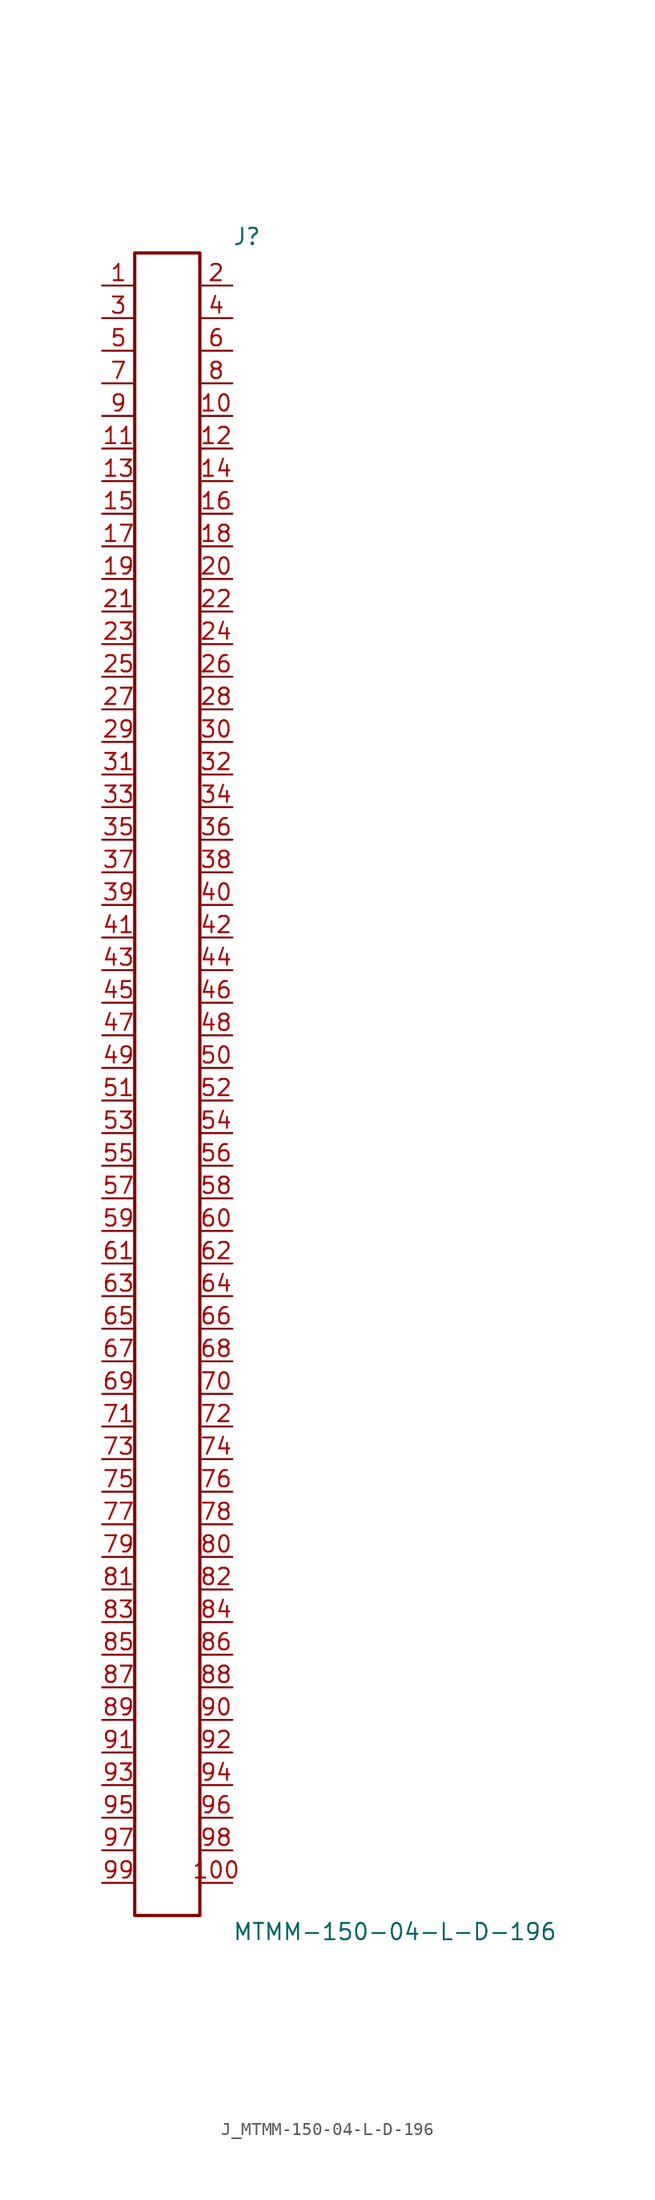
<source format=kicad_sym>
(kicad_symbol_lib
  (version 20231120)
  (generator kicad_symbol_editor)
  (generator_version 8.0)
  (symbol "J_MTMM-150-04-L-D-196"
    (pin_names
      (offset 0.254))
    (property "Reference" "J"
      (at 5.08 66.04 0)
      (effects (font (size 1.27 1.27)) (justify left)))
    (property "Value" "MTMM-150-04-L-D-196"
      (at 5.08 -66.04 0)
      (effects (font (size 1.27 1.27)) (justify left)))
    (symbol "J_MTMM-150-04-L-D-196_0_0"
      (pin passive line (at -5.08 62.23 0) (length 2.54) (name "" (effects (font (size 1.27 1.27)))) (number "1" (effects (font (size 1.27 1.27)))))
      (pin passive line (at 5.08 62.23 180) (length 2.54) (name "" (effects (font (size 1.27 1.27)))) (number "2" (effects (font (size 1.27 1.27)))))
      (pin passive line (at -5.08 59.69 0) (length 2.54) (name "" (effects (font (size 1.27 1.27)))) (number "3" (effects (font (size 1.27 1.27)))))
      (pin passive line (at 5.08 59.69 180) (length 2.54) (name "" (effects (font (size 1.27 1.27)))) (number "4" (effects (font (size 1.27 1.27)))))
      (pin passive line (at -5.08 57.15 0) (length 2.54) (name "" (effects (font (size 1.27 1.27)))) (number "5" (effects (font (size 1.27 1.27)))))
      (pin passive line (at 5.08 57.15 180) (length 2.54) (name "" (effects (font (size 1.27 1.27)))) (number "6" (effects (font (size 1.27 1.27)))))
      (pin passive line (at -5.08 54.61 0) (length 2.54) (name "" (effects (font (size 1.27 1.27)))) (number "7" (effects (font (size 1.27 1.27)))))
      (pin passive line (at 5.08 54.61 180) (length 2.54) (name "" (effects (font (size 1.27 1.27)))) (number "8" (effects (font (size 1.27 1.27)))))
      (pin passive line (at -5.08 52.07 0) (length 2.54) (name "" (effects (font (size 1.27 1.27)))) (number "9" (effects (font (size 1.27 1.27)))))
      (pin passive line (at 5.08 52.07 180) (length 2.54) (name "" (effects (font (size 1.27 1.27)))) (number "10" (effects (font (size 1.27 1.27)))))
      (pin passive line (at -5.08 49.53 0) (length 2.54) (name "" (effects (font (size 1.27 1.27)))) (number "11" (effects (font (size 1.27 1.27)))))
      (pin passive line (at 5.08 49.53 180) (length 2.54) (name "" (effects (font (size 1.27 1.27)))) (number "12" (effects (font (size 1.27 1.27)))))
      (pin passive line (at -5.08 46.99 0) (length 2.54) (name "" (effects (font (size 1.27 1.27)))) (number "13" (effects (font (size 1.27 1.27)))))
      (pin passive line (at 5.08 46.99 180) (length 2.54) (name "" (effects (font (size 1.27 1.27)))) (number "14" (effects (font (size 1.27 1.27)))))
      (pin passive line (at -5.08 44.45 0) (length 2.54) (name "" (effects (font (size 1.27 1.27)))) (number "15" (effects (font (size 1.27 1.27)))))
      (pin passive line (at 5.08 44.45 180) (length 2.54) (name "" (effects (font (size 1.27 1.27)))) (number "16" (effects (font (size 1.27 1.27)))))
      (pin passive line (at -5.08 41.91 0) (length 2.54) (name "" (effects (font (size 1.27 1.27)))) (number "17" (effects (font (size 1.27 1.27)))))
      (pin passive line (at 5.08 41.91 180) (length 2.54) (name "" (effects (font (size 1.27 1.27)))) (number "18" (effects (font (size 1.27 1.27)))))
      (pin passive line (at -5.08 39.37 0) (length 2.54) (name "" (effects (font (size 1.27 1.27)))) (number "19" (effects (font (size 1.27 1.27)))))
      (pin passive line (at 5.08 39.37 180) (length 2.54) (name "" (effects (font (size 1.27 1.27)))) (number "20" (effects (font (size 1.27 1.27)))))
      (pin passive line (at -5.08 36.83 0) (length 2.54) (name "" (effects (font (size 1.27 1.27)))) (number "21" (effects (font (size 1.27 1.27)))))
      (pin passive line (at 5.08 36.83 180) (length 2.54) (name "" (effects (font (size 1.27 1.27)))) (number "22" (effects (font (size 1.27 1.27)))))
      (pin passive line (at -5.08 34.29 0) (length 2.54) (name "" (effects (font (size 1.27 1.27)))) (number "23" (effects (font (size 1.27 1.27)))))
      (pin passive line (at 5.08 34.29 180) (length 2.54) (name "" (effects (font (size 1.27 1.27)))) (number "24" (effects (font (size 1.27 1.27)))))
      (pin passive line (at -5.08 31.75 0) (length 2.54) (name "" (effects (font (size 1.27 1.27)))) (number "25" (effects (font (size 1.27 1.27)))))
      (pin passive line (at 5.08 31.75 180) (length 2.54) (name "" (effects (font (size 1.27 1.27)))) (number "26" (effects (font (size 1.27 1.27)))))
      (pin passive line (at -5.08 29.21 0) (length 2.54) (name "" (effects (font (size 1.27 1.27)))) (number "27" (effects (font (size 1.27 1.27)))))
      (pin passive line (at 5.08 29.21 180) (length 2.54) (name "" (effects (font (size 1.27 1.27)))) (number "28" (effects (font (size 1.27 1.27)))))
      (pin passive line (at -5.08 26.67 0) (length 2.54) (name "" (effects (font (size 1.27 1.27)))) (number "29" (effects (font (size 1.27 1.27)))))
      (pin passive line (at 5.08 26.67 180) (length 2.54) (name "" (effects (font (size 1.27 1.27)))) (number "30" (effects (font (size 1.27 1.27)))))
      (pin passive line (at -5.08 24.13 0) (length 2.54) (name "" (effects (font (size 1.27 1.27)))) (number "31" (effects (font (size 1.27 1.27)))))
      (pin passive line (at 5.08 24.13 180) (length 2.54) (name "" (effects (font (size 1.27 1.27)))) (number "32" (effects (font (size 1.27 1.27)))))
      (pin passive line (at -5.08 21.59 0) (length 2.54) (name "" (effects (font (size 1.27 1.27)))) (number "33" (effects (font (size 1.27 1.27)))))
      (pin passive line (at 5.08 21.59 180) (length 2.54) (name "" (effects (font (size 1.27 1.27)))) (number "34" (effects (font (size 1.27 1.27)))))
      (pin passive line (at -5.08 19.05 0) (length 2.54) (name "" (effects (font (size 1.27 1.27)))) (number "35" (effects (font (size 1.27 1.27)))))
      (pin passive line (at 5.08 19.05 180) (length 2.54) (name "" (effects (font (size 1.27 1.27)))) (number "36" (effects (font (size 1.27 1.27)))))
      (pin passive line (at -5.08 16.51 0) (length 2.54) (name "" (effects (font (size 1.27 1.27)))) (number "37" (effects (font (size 1.27 1.27)))))
      (pin passive line (at 5.08 16.51 180) (length 2.54) (name "" (effects (font (size 1.27 1.27)))) (number "38" (effects (font (size 1.27 1.27)))))
      (pin passive line (at -5.08 13.97 0) (length 2.54) (name "" (effects (font (size 1.27 1.27)))) (number "39" (effects (font (size 1.27 1.27)))))
      (pin passive line (at 5.08 13.97 180) (length 2.54) (name "" (effects (font (size 1.27 1.27)))) (number "40" (effects (font (size 1.27 1.27)))))
      (pin passive line (at -5.08 11.43 0) (length 2.54) (name "" (effects (font (size 1.27 1.27)))) (number "41" (effects (font (size 1.27 1.27)))))
      (pin passive line (at 5.08 11.43 180) (length 2.54) (name "" (effects (font (size 1.27 1.27)))) (number "42" (effects (font (size 1.27 1.27)))))
      (pin passive line (at -5.08 8.89 0) (length 2.54) (name "" (effects (font (size 1.27 1.27)))) (number "43" (effects (font (size 1.27 1.27)))))
      (pin passive line (at 5.08 8.89 180) (length 2.54) (name "" (effects (font (size 1.27 1.27)))) (number "44" (effects (font (size 1.27 1.27)))))
      (pin passive line (at -5.08 6.35 0) (length 2.54) (name "" (effects (font (size 1.27 1.27)))) (number "45" (effects (font (size 1.27 1.27)))))
      (pin passive line (at 5.08 6.35 180) (length 2.54) (name "" (effects (font (size 1.27 1.27)))) (number "46" (effects (font (size 1.27 1.27)))))
      (pin passive line (at -5.08 3.81 0) (length 2.54) (name "" (effects (font (size 1.27 1.27)))) (number "47" (effects (font (size 1.27 1.27)))))
      (pin passive line (at 5.08 3.81 180) (length 2.54) (name "" (effects (font (size 1.27 1.27)))) (number "48" (effects (font (size 1.27 1.27)))))
      (pin passive line (at -5.08 1.27 0) (length 2.54) (name "" (effects (font (size 1.27 1.27)))) (number "49" (effects (font (size 1.27 1.27)))))
      (pin passive line (at 5.08 1.27 180) (length 2.54) (name "" (effects (font (size 1.27 1.27)))) (number "50" (effects (font (size 1.27 1.27)))))
      (pin passive line (at -5.08 -1.27 0) (length 2.54) (name "" (effects (font (size 1.27 1.27)))) (number "51" (effects (font (size 1.27 1.27)))))
      (pin passive line (at 5.08 -1.27 180) (length 2.54) (name "" (effects (font (size 1.27 1.27)))) (number "52" (effects (font (size 1.27 1.27)))))
      (pin passive line (at -5.08 -3.81 0) (length 2.54) (name "" (effects (font (size 1.27 1.27)))) (number "53" (effects (font (size 1.27 1.27)))))
      (pin passive line (at 5.08 -3.81 180) (length 2.54) (name "" (effects (font (size 1.27 1.27)))) (number "54" (effects (font (size 1.27 1.27)))))
      (pin passive line (at -5.08 -6.35 0) (length 2.54) (name "" (effects (font (size 1.27 1.27)))) (number "55" (effects (font (size 1.27 1.27)))))
      (pin passive line (at 5.08 -6.35 180) (length 2.54) (name "" (effects (font (size 1.27 1.27)))) (number "56" (effects (font (size 1.27 1.27)))))
      (pin passive line (at -5.08 -8.89 0) (length 2.54) (name "" (effects (font (size 1.27 1.27)))) (number "57" (effects (font (size 1.27 1.27)))))
      (pin passive line (at 5.08 -8.89 180) (length 2.54) (name "" (effects (font (size 1.27 1.27)))) (number "58" (effects (font (size 1.27 1.27)))))
      (pin passive line (at -5.08 -11.43 0) (length 2.54) (name "" (effects (font (size 1.27 1.27)))) (number "59" (effects (font (size 1.27 1.27)))))
      (pin passive line (at 5.08 -11.43 180) (length 2.54) (name "" (effects (font (size 1.27 1.27)))) (number "60" (effects (font (size 1.27 1.27)))))
      (pin passive line (at -5.08 -13.97 0) (length 2.54) (name "" (effects (font (size 1.27 1.27)))) (number "61" (effects (font (size 1.27 1.27)))))
      (pin passive line (at 5.08 -13.97 180) (length 2.54) (name "" (effects (font (size 1.27 1.27)))) (number "62" (effects (font (size 1.27 1.27)))))
      (pin passive line (at -5.08 -16.51 0) (length 2.54) (name "" (effects (font (size 1.27 1.27)))) (number "63" (effects (font (size 1.27 1.27)))))
      (pin passive line (at 5.08 -16.51 180) (length 2.54) (name "" (effects (font (size 1.27 1.27)))) (number "64" (effects (font (size 1.27 1.27)))))
      (pin passive line (at -5.08 -19.05 0) (length 2.54) (name "" (effects (font (size 1.27 1.27)))) (number "65" (effects (font (size 1.27 1.27)))))
      (pin passive line (at 5.08 -19.05 180) (length 2.54) (name "" (effects (font (size 1.27 1.27)))) (number "66" (effects (font (size 1.27 1.27)))))
      (pin passive line (at -5.08 -21.59 0) (length 2.54) (name "" (effects (font (size 1.27 1.27)))) (number "67" (effects (font (size 1.27 1.27)))))
      (pin passive line (at 5.08 -21.59 180) (length 2.54) (name "" (effects (font (size 1.27 1.27)))) (number "68" (effects (font (size 1.27 1.27)))))
      (pin passive line (at -5.08 -24.13 0) (length 2.54) (name "" (effects (font (size 1.27 1.27)))) (number "69" (effects (font (size 1.27 1.27)))))
      (pin passive line (at 5.08 -24.13 180) (length 2.54) (name "" (effects (font (size 1.27 1.27)))) (number "70" (effects (font (size 1.27 1.27)))))
      (pin passive line (at -5.08 -26.67 0) (length 2.54) (name "" (effects (font (size 1.27 1.27)))) (number "71" (effects (font (size 1.27 1.27)))))
      (pin passive line (at 5.08 -26.67 180) (length 2.54) (name "" (effects (font (size 1.27 1.27)))) (number "72" (effects (font (size 1.27 1.27)))))
      (pin passive line (at -5.08 -29.21 0) (length 2.54) (name "" (effects (font (size 1.27 1.27)))) (number "73" (effects (font (size 1.27 1.27)))))
      (pin passive line (at 5.08 -29.21 180) (length 2.54) (name "" (effects (font (size 1.27 1.27)))) (number "74" (effects (font (size 1.27 1.27)))))
      (pin passive line (at -5.08 -31.75 0) (length 2.54) (name "" (effects (font (size 1.27 1.27)))) (number "75" (effects (font (size 1.27 1.27)))))
      (pin passive line (at 5.08 -31.75 180) (length 2.54) (name "" (effects (font (size 1.27 1.27)))) (number "76" (effects (font (size 1.27 1.27)))))
      (pin passive line (at -5.08 -34.29 0) (length 2.54) (name "" (effects (font (size 1.27 1.27)))) (number "77" (effects (font (size 1.27 1.27)))))
      (pin passive line (at 5.08 -34.29 180) (length 2.54) (name "" (effects (font (size 1.27 1.27)))) (number "78" (effects (font (size 1.27 1.27)))))
      (pin passive line (at -5.08 -36.83 0) (length 2.54) (name "" (effects (font (size 1.27 1.27)))) (number "79" (effects (font (size 1.27 1.27)))))
      (pin passive line (at 5.08 -36.83 180) (length 2.54) (name "" (effects (font (size 1.27 1.27)))) (number "80" (effects (font (size 1.27 1.27)))))
      (pin passive line (at -5.08 -39.37 0) (length 2.54) (name "" (effects (font (size 1.27 1.27)))) (number "81" (effects (font (size 1.27 1.27)))))
      (pin passive line (at 5.08 -39.37 180) (length 2.54) (name "" (effects (font (size 1.27 1.27)))) (number "82" (effects (font (size 1.27 1.27)))))
      (pin passive line (at -5.08 -41.91 0) (length 2.54) (name "" (effects (font (size 1.27 1.27)))) (number "83" (effects (font (size 1.27 1.27)))))
      (pin passive line (at 5.08 -41.91 180) (length 2.54) (name "" (effects (font (size 1.27 1.27)))) (number "84" (effects (font (size 1.27 1.27)))))
      (pin passive line (at -5.08 -44.45 0) (length 2.54) (name "" (effects (font (size 1.27 1.27)))) (number "85" (effects (font (size 1.27 1.27)))))
      (pin passive line (at 5.08 -44.45 180) (length 2.54) (name "" (effects (font (size 1.27 1.27)))) (number "86" (effects (font (size 1.27 1.27)))))
      (pin passive line (at -5.08 -46.99 0) (length 2.54) (name "" (effects (font (size 1.27 1.27)))) (number "87" (effects (font (size 1.27 1.27)))))
      (pin passive line (at 5.08 -46.99 180) (length 2.54) (name "" (effects (font (size 1.27 1.27)))) (number "88" (effects (font (size 1.27 1.27)))))
      (pin passive line (at -5.08 -49.53 0) (length 2.54) (name "" (effects (font (size 1.27 1.27)))) (number "89" (effects (font (size 1.27 1.27)))))
      (pin passive line (at 5.08 -49.53 180) (length 2.54) (name "" (effects (font (size 1.27 1.27)))) (number "90" (effects (font (size 1.27 1.27)))))
      (pin passive line (at -5.08 -52.07 0) (length 2.54) (name "" (effects (font (size 1.27 1.27)))) (number "91" (effects (font (size 1.27 1.27)))))
      (pin passive line (at 5.08 -52.07 180) (length 2.54) (name "" (effects (font (size 1.27 1.27)))) (number "92" (effects (font (size 1.27 1.27)))))
      (pin passive line (at -5.08 -54.61 0) (length 2.54) (name "" (effects (font (size 1.27 1.27)))) (number "93" (effects (font (size 1.27 1.27)))))
      (pin passive line (at 5.08 -54.61 180) (length 2.54) (name "" (effects (font (size 1.27 1.27)))) (number "94" (effects (font (size 1.27 1.27)))))
      (pin passive line (at -5.08 -57.15 0) (length 2.54) (name "" (effects (font (size 1.27 1.27)))) (number "95" (effects (font (size 1.27 1.27)))))
      (pin passive line (at 5.08 -57.15 180) (length 2.54) (name "" (effects (font (size 1.27 1.27)))) (number "96" (effects (font (size 1.27 1.27)))))
      (pin passive line (at -5.08 -59.69 0) (length 2.54) (name "" (effects (font (size 1.27 1.27)))) (number "97" (effects (font (size 1.27 1.27)))))
      (pin passive line (at 5.08 -59.69 180) (length 2.54) (name "" (effects (font (size 1.27 1.27)))) (number "98" (effects (font (size 1.27 1.27)))))
      (pin passive line (at -5.08 -62.23 0) (length 2.54) (name "" (effects (font (size 1.27 1.27)))) (number "99" (effects (font (size 1.27 1.27)))))
      (pin passive line (at 5.08 -62.23 180) (length 2.54) (name "" (effects (font (size 1.27 1.27)))) (number "100" (effects (font (size 1.27 1.27))))))
    (symbol "J_MTMM-150-04-L-D-196_1_0"
      (rectangle (start -2.54 64.77) (end 2.54 -64.77) (stroke (width 0.254) (type solid)) (fill (type none))))))
</source>
